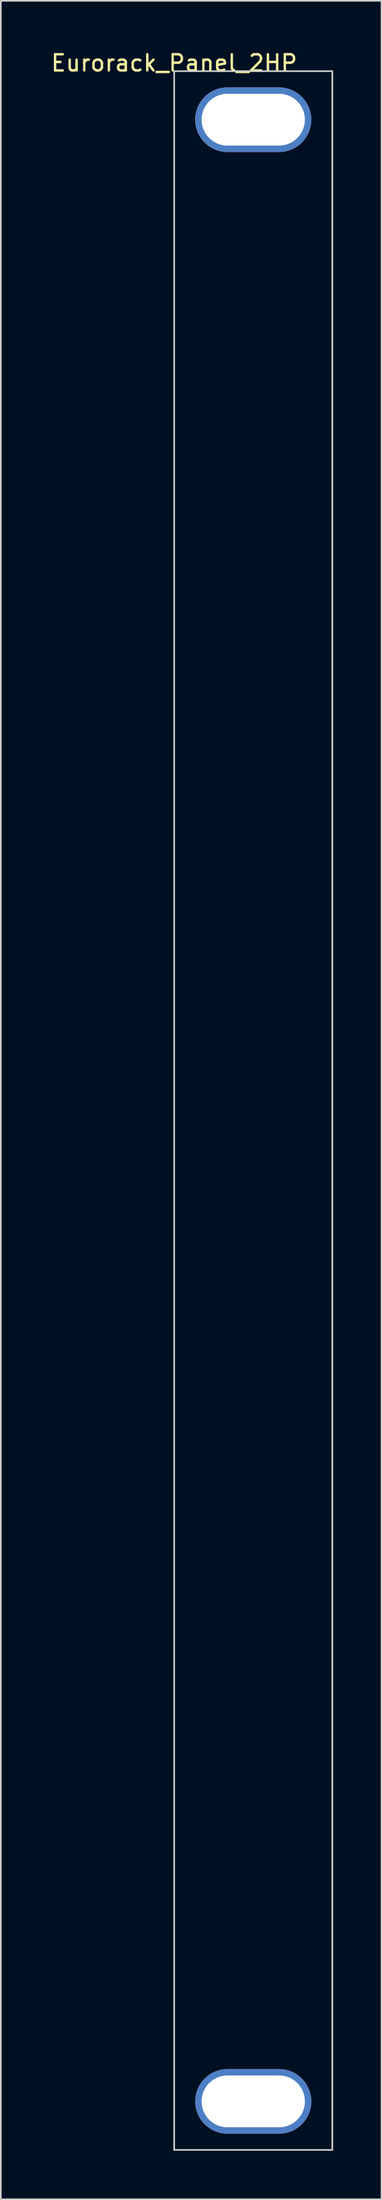
<source format=kicad_pcb>
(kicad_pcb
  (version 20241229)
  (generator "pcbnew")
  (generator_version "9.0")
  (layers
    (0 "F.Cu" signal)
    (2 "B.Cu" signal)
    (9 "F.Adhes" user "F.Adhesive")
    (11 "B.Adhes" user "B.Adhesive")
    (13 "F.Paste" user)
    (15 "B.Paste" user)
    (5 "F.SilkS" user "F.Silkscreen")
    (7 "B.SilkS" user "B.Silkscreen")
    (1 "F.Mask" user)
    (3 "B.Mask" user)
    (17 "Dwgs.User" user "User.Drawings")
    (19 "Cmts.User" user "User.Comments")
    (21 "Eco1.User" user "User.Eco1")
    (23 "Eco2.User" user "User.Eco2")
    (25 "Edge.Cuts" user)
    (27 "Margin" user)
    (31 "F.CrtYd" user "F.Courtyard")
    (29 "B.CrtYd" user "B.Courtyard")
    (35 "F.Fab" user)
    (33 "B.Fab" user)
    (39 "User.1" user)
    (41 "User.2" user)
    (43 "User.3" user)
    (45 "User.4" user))
  (footprint "Eurorack_Panel_2HP"
    (layer "F.Cu")
    (at 7.744 1.348)
    (property "Reference" "Eurorack_Panel_2HP" (at 0 -0.5 0) (unlocked yes) (layer "F.SilkS") (effects (font (size 1 1) (thickness 0.15))))
    (fp_rect (start 0 0) (end 9.8 128.5) (stroke (width 0.1) (type solid)) (fill no) (layer "Edge.Cuts"))
    (pad "" thru_hole oval (at 4.9 3) (size 7.2 4) (drill oval 6.4 3.2) (layers "*.Cu" "*.Mask"))
    (pad "" thru_hole oval (at 4.9 125.5) (size 7.2 4) (drill oval 6.4 3.2) (layers "*.Cu" "*.Mask")))
  (gr_rect
    (start -3 -3)
    (end 20.594 132.898)
    (stroke (width 0.1) (type default))
    (fill no)
    (layer "Edge.Cuts")))
</source>
